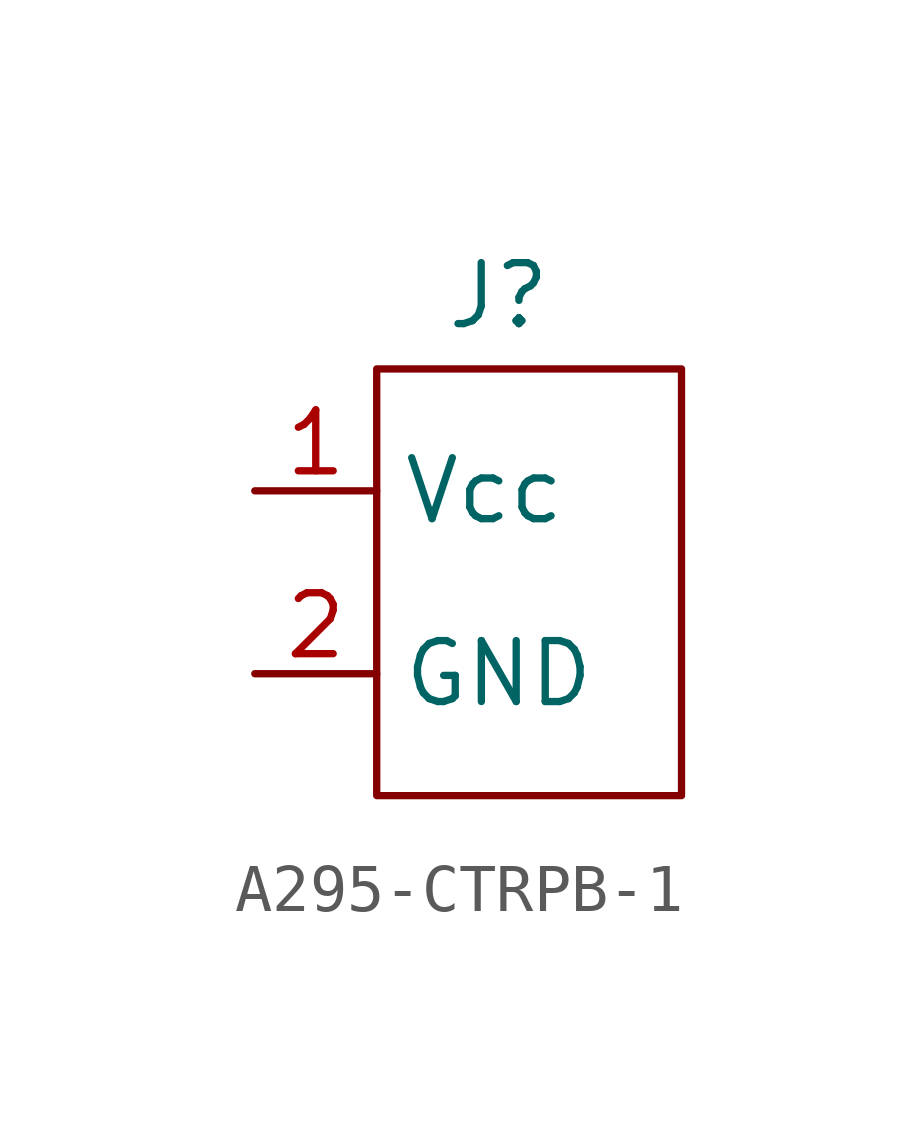
<source format=kicad_sym>
(kicad_symbol_lib
  (version 20231120)
  (generator "kicad_symbol_editor")
  (generator_version "8.0")
  (symbol "A295-CTRPB-1"
    (property "Reference" "J"
      (at -2.54 6.604 0)
      (effects (font (size 1.27 1.27))))
    (property "Value" ""
      (at 0 0 0)
      (effects (font (size 1.27 1.27))))
    (symbol "A295-CTRPB-1_0_1"
      (rectangle (start -5.08 5.08) (end 1.27 -3.81) (stroke (width 0) (type default)) (fill (type none))))
    (symbol "A295-CTRPB-1_1_1"
      (pin passive line (at -7.62 2.54 0) (length 2.54) (name "Vcc" (effects (font (size 1.27 1.27)))) (number "1" (effects (font (size 1.27 1.27)))))
      (pin passive line (at -7.62 -1.27 0) (length 2.54) (name "GND" (effects (font (size 1.27 1.27)))) (number "2" (effects (font (size 1.27 1.27))))))))
</source>
